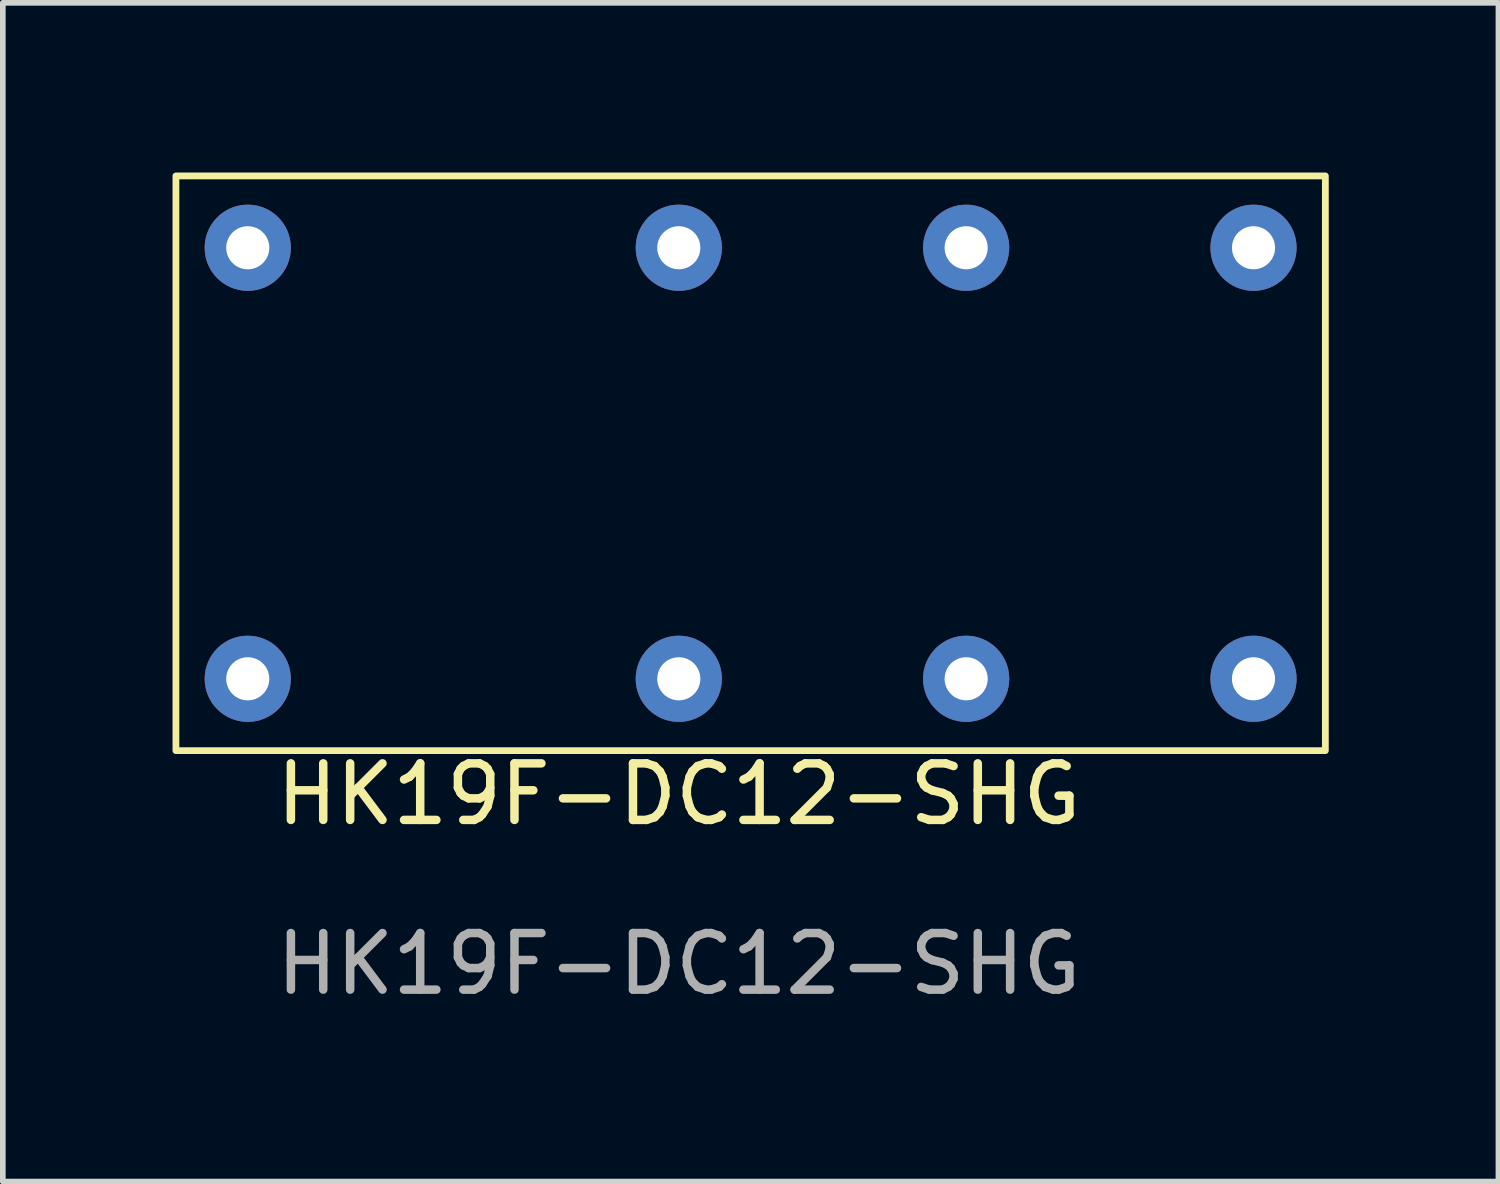
<source format=kicad_pcb>
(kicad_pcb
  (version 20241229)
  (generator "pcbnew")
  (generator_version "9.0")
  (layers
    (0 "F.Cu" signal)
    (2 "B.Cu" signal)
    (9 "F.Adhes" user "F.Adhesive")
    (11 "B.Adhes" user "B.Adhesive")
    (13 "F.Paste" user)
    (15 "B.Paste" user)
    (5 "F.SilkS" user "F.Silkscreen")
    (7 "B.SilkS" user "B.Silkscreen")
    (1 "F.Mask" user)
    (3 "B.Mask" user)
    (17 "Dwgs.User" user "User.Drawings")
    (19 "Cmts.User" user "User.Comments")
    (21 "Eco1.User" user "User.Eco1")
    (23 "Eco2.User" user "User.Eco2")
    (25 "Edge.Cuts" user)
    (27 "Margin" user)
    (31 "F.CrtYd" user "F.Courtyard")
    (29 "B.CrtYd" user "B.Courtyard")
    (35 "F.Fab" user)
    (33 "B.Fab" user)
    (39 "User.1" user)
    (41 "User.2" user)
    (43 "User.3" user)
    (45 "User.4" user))
  (footprint "HK19F-DC12-SHG"
    (layer "F.Cu")
    (at 8.95 11.49)
    (property "Reference" "HK19F-DC12-SHG" (at 0 -0.5 0) (unlocked yes) (layer "F.SilkS") (effects (font (size 1 1) (thickness 0.15))))
    (attr through_hole)
    (fp_rect (start -8.89 -11.43) (end 11.43 -1.27) (stroke (width 0.12) (type solid)) (fill no) (layer "F.SilkS"))
    (fp_text user "${REFERENCE}" (at 0 2.5 0) (unlocked yes) (layer "F.Fab") (effects (font (size 1 1) (thickness 0.15))))
    (pad "1" thru_hole circle (at -7.62 -2.54) (size 1.524 1.524) (drill 0.762) (layers "*.Cu" "*.Mask"))
    (pad "2" thru_hole circle (at 0 -2.54) (size 1.524 1.524) (drill 0.762) (layers "*.Cu" "*.Mask"))
    (pad "3" thru_hole circle (at 5.08 -2.54) (size 1.524 1.524) (drill 0.762) (layers "*.Cu" "*.Mask"))
    (pad "4" thru_hole circle (at 10.16 -2.54) (size 1.524 1.524) (drill 0.762) (layers "*.Cu" "*.Mask"))
    (pad "5" thru_hole circle (at 10.16 -10.16) (size 1.524 1.524) (drill 0.762) (layers "*.Cu" "*.Mask"))
    (pad "6" thru_hole circle (at 5.08 -10.16) (size 1.524 1.524) (drill 0.762) (layers "*.Cu" "*.Mask"))
    (pad "7" thru_hole circle (at 0 -10.16) (size 1.524 1.524) (drill 0.762) (layers "*.Cu" "*.Mask"))
    (pad "8" thru_hole circle (at -7.62 -10.16) (size 1.524 1.524) (drill 0.762) (layers "*.Cu" "*.Mask")))
  (gr_rect
    (start -3 -3)
    (end 23.44 17.838)
    (stroke (width 0.1) (type default))
    (fill no)
    (layer "Edge.Cuts")))
</source>
